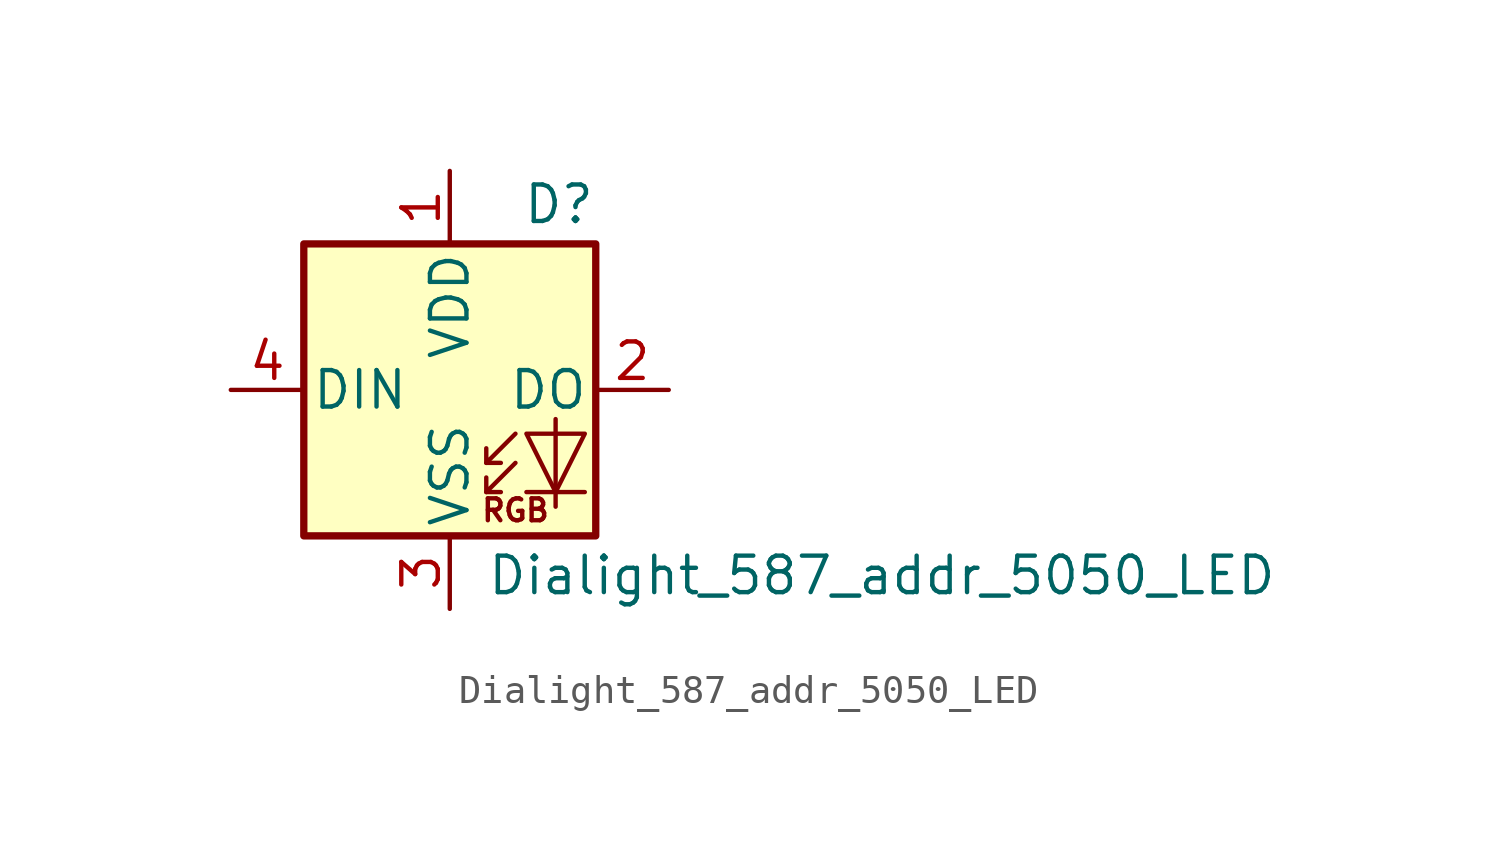
<source format=kicad_sym>
(kicad_symbol_lib
  (version 20231120)
  (generator "kicad_symbol_editor")
  (generator_version "8.0")
  (symbol "Dialight_587_addr_5050_LED"
    (pin_names
      (offset 0.254))
    (property "Reference" "D"
      (at 5.08 5.715 0)
      (effects (font (size 1.27 1.27)) (justify right bottom)))
    (property "Value" "Dialight_587_addr_5050_LED"
      (at 1.27 -5.715 0)
      (effects (font (size 1.27 1.27)) (justify left top)))
    (symbol "Dialight_587_addr_5050_LED_0_0"
      (text "RGB" (at 2.286 -4.191 0) (effects (font (size 0.762 0.762)))))
    (symbol "Dialight_587_addr_5050_LED_0_1"
      (polyline (pts (xy 1.27 -3.556) (xy 1.778 -3.556)) (stroke (width 0) (type default)) (fill (type none)))
      (polyline (pts (xy 1.27 -2.54) (xy 1.778 -2.54)) (stroke (width 0) (type default)) (fill (type none)))
      (polyline (pts (xy 4.699 -3.556) (xy 2.667 -3.556)) (stroke (width 0) (type default)) (fill (type none)))
      (polyline (pts (xy 2.286 -2.54) (xy 1.27 -3.556) (xy 1.27 -3.048)) (stroke (width 0) (type default)) (fill (type none)))
      (polyline (pts (xy 2.286 -1.524) (xy 1.27 -2.54) (xy 1.27 -2.032)) (stroke (width 0) (type default)) (fill (type none)))
      (polyline (pts (xy 3.683 -1.016) (xy 3.683 -3.556) (xy 3.683 -4.064)) (stroke (width 0) (type default)) (fill (type none)))
      (polyline (pts (xy 4.699 -1.524) (xy 2.667 -1.524) (xy 3.683 -3.556) (xy 4.699 -1.524)) (stroke (width 0) (type default)) (fill (type none)))
      (rectangle (start 5.08 5.08) (end -5.08 -5.08) (stroke (width 0.254) (type default)) (fill (type background))))
    (symbol "Dialight_587_addr_5050_LED_1_1"
      (pin power_in line (at 0 7.62 270) (length 2.54) (name "VDD" (effects (font (size 1.27 1.27)))) (number "1" (effects (font (size 1.27 1.27)))))
      (pin output line (at 7.62 0 180) (length 2.54) (name "DO" (effects (font (size 1.27 1.27)))) (number "2" (effects (font (size 1.27 1.27)))))
      (pin power_in line (at 0 -7.62 90) (length 2.54) (name "VSS" (effects (font (size 1.27 1.27)))) (number "3" (effects (font (size 1.27 1.27)))))
      (pin input line (at -7.62 0 0) (length 2.54) (name "DIN" (effects (font (size 1.27 1.27)))) (number "4" (effects (font (size 1.27 1.27))))))))
</source>
